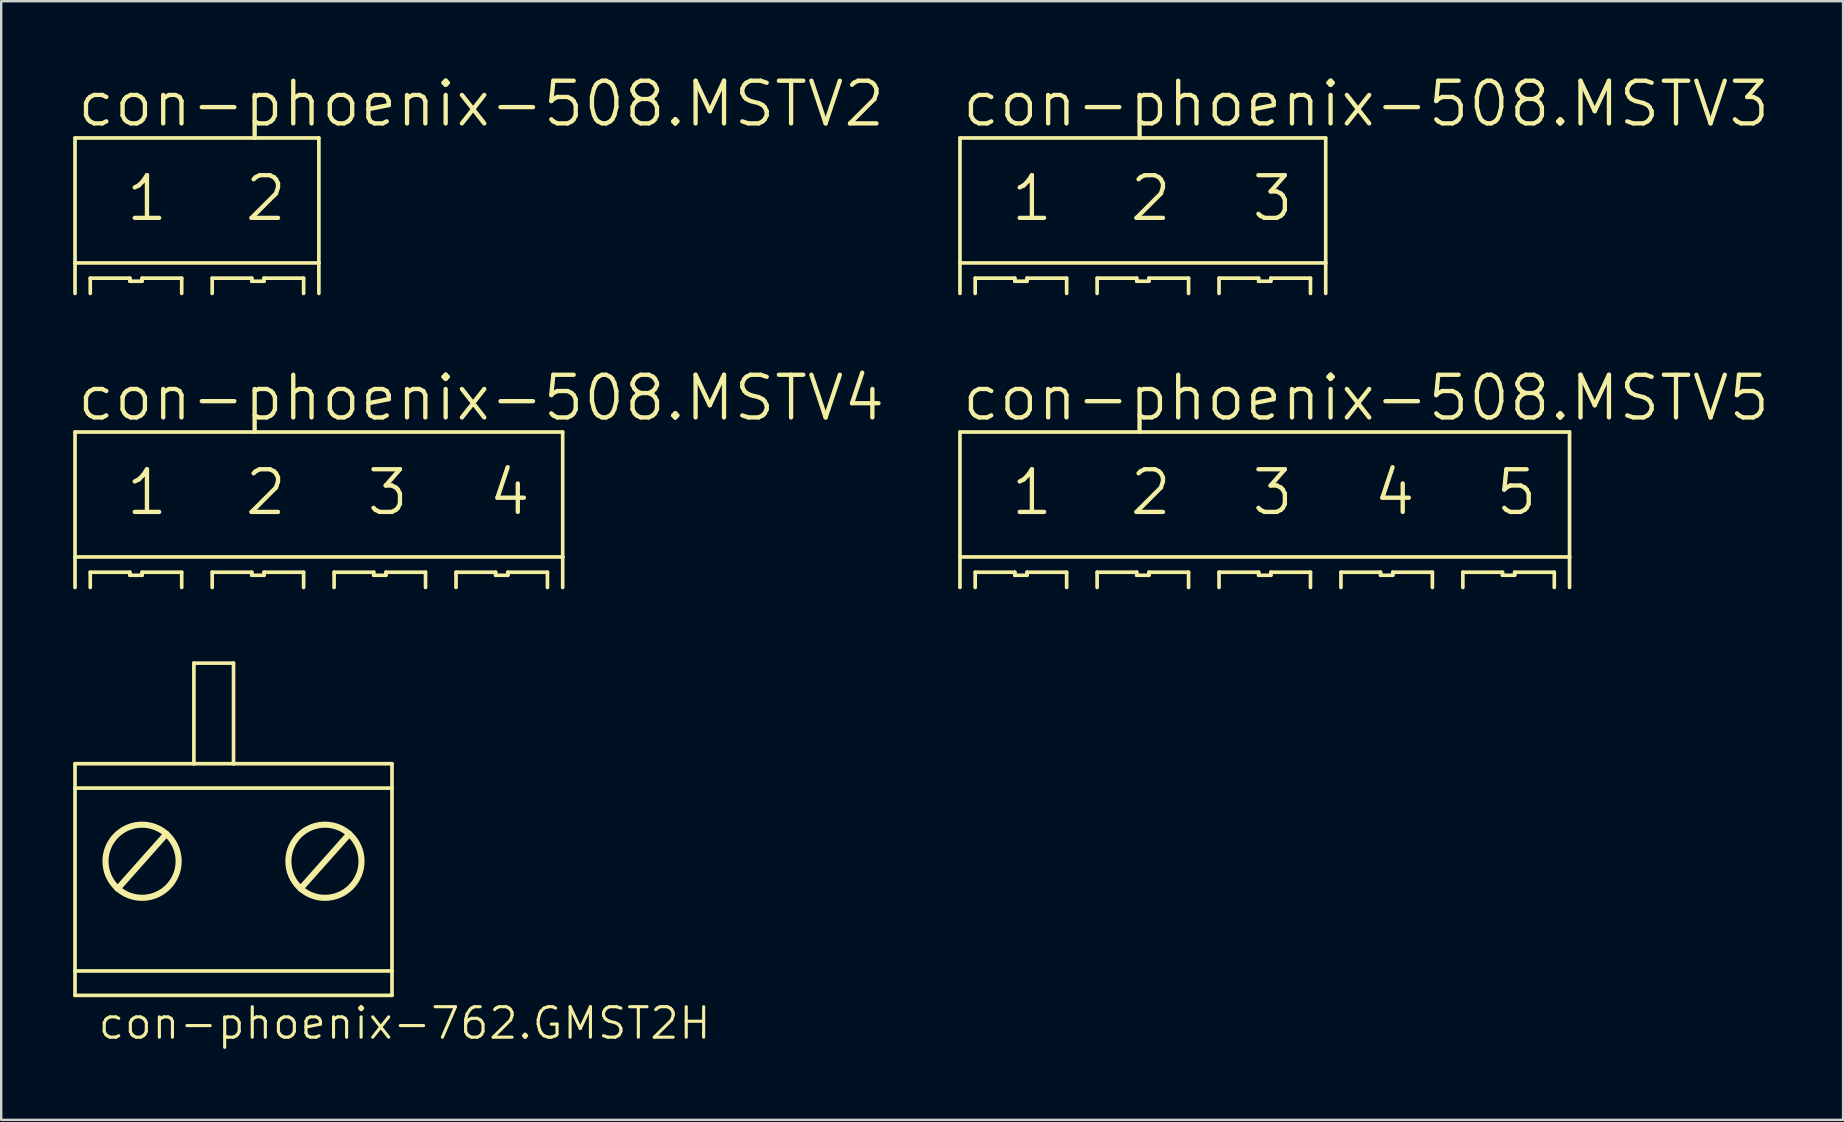
<source format=kicad_pcb>
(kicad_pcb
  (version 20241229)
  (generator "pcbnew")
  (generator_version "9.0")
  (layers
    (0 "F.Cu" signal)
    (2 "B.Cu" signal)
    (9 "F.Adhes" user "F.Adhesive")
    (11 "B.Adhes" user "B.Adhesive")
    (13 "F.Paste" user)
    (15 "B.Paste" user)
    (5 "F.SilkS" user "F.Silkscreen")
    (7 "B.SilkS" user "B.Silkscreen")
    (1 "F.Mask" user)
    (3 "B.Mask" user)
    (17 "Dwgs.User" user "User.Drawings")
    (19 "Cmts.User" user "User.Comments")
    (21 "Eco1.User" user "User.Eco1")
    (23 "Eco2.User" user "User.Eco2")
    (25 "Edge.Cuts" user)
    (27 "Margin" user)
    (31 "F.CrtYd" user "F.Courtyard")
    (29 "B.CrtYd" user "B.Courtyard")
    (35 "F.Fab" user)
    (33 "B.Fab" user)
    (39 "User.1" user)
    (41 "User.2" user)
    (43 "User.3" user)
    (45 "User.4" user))
  (footprint "con-phoenix-508.MSTV4"
    (layer "F.Cu")
    (at 10.236 18.507)
    (property "Reference" "con-phoenix-508.MSTV4" (at -10.16 -3.937 0) (layer "F.SilkS") (effects (font (size 1.778 1.778) (thickness 0.18)) (justify left bottom)))
    (fp_line (start -10.16 -3.556) (end 10.16 -3.556) (stroke (width 0.152) (type default)) (layer "F.SilkS"))
    (fp_line (start -10.16 1.651) (end -10.16 -3.556) (stroke (width 0.152) (type default)) (layer "F.SilkS"))
    (fp_line (start -10.16 1.651) (end 10.16 1.651) (stroke (width 0.152) (type default)) (layer "F.SilkS"))
    (fp_line (start -10.16 2.921) (end -10.16 1.651) (stroke (width 0.152) (type default)) (layer "F.SilkS"))
    (fp_line (start -9.525 2.286) (end -9.525 2.921) (stroke (width 0.152) (type default)) (layer "F.SilkS"))
    (fp_line (start -7.874 2.286) (end -9.525 2.286) (stroke (width 0.152) (type default)) (layer "F.SilkS"))
    (fp_line (start -7.874 2.413) (end -7.874 2.286) (stroke (width 0.152) (type default)) (layer "F.SilkS"))
    (fp_line (start -7.366 2.286) (end -7.366 2.413) (stroke (width 0.152) (type default)) (layer "F.SilkS"))
    (fp_line (start -7.366 2.413) (end -7.874 2.413) (stroke (width 0.152) (type default)) (layer "F.SilkS"))
    (fp_line (start -5.715 2.286) (end -7.366 2.286) (stroke (width 0.152) (type default)) (layer "F.SilkS"))
    (fp_line (start -5.715 2.921) (end -5.715 2.286) (stroke (width 0.152) (type default)) (layer "F.SilkS"))
    (fp_line (start -4.445 2.286) (end -4.445 2.921) (stroke (width 0.152) (type default)) (layer "F.SilkS"))
    (fp_line (start -2.794 2.286) (end -4.445 2.286) (stroke (width 0.152) (type default)) (layer "F.SilkS"))
    (fp_line (start -2.794 2.413) (end -2.794 2.286) (stroke (width 0.152) (type default)) (layer "F.SilkS"))
    (fp_line (start -2.286 2.286) (end -2.286 2.413) (stroke (width 0.152) (type default)) (layer "F.SilkS"))
    (fp_line (start -2.286 2.413) (end -2.794 2.413) (stroke (width 0.152) (type default)) (layer "F.SilkS"))
    (fp_line (start -0.635 2.286) (end -2.286 2.286) (stroke (width 0.152) (type default)) (layer "F.SilkS"))
    (fp_line (start -0.635 2.921) (end -0.635 2.286) (stroke (width 0.152) (type default)) (layer "F.SilkS"))
    (fp_line (start 0.635 2.286) (end 0.635 2.921) (stroke (width 0.152) (type default)) (layer "F.SilkS"))
    (fp_line (start 2.286 2.286) (end 0.635 2.286) (stroke (width 0.152) (type default)) (layer "F.SilkS"))
    (fp_line (start 2.286 2.413) (end 2.286 2.286) (stroke (width 0.152) (type default)) (layer "F.SilkS"))
    (fp_line (start 2.794 2.286) (end 2.794 2.413) (stroke (width 0.152) (type default)) (layer "F.SilkS"))
    (fp_line (start 2.794 2.413) (end 2.286 2.413) (stroke (width 0.152) (type default)) (layer "F.SilkS"))
    (fp_line (start 4.445 2.286) (end 2.794 2.286) (stroke (width 0.152) (type default)) (layer "F.SilkS"))
    (fp_line (start 4.445 2.921) (end 4.445 2.286) (stroke (width 0.152) (type default)) (layer "F.SilkS"))
    (fp_line (start 5.715 2.286) (end 5.715 2.921) (stroke (width 0.152) (type default)) (layer "F.SilkS"))
    (fp_line (start 7.366 2.286) (end 5.715 2.286) (stroke (width 0.152) (type default)) (layer "F.SilkS"))
    (fp_line (start 7.366 2.413) (end 7.366 2.286) (stroke (width 0.152) (type default)) (layer "F.SilkS"))
    (fp_line (start 7.874 2.286) (end 7.874 2.413) (stroke (width 0.152) (type default)) (layer "F.SilkS"))
    (fp_line (start 7.874 2.413) (end 7.366 2.413) (stroke (width 0.152) (type default)) (layer "F.SilkS"))
    (fp_line (start 9.525 2.286) (end 7.874 2.286) (stroke (width 0.152) (type default)) (layer "F.SilkS"))
    (fp_line (start 9.525 2.921) (end 9.525 2.286) (stroke (width 0.152) (type default)) (layer "F.SilkS"))
    (fp_line (start 10.16 -3.556) (end 10.16 1.651) (stroke (width 0.152) (type default)) (layer "F.SilkS"))
    (fp_line (start 10.16 1.651) (end 10.16 2.921) (stroke (width 0.152) (type default)) (layer "F.SilkS"))
    (fp_text user "2" (at -3.175 0 0) (layer "F.SilkS") (effects (font (size 1.778 1.778) (thickness 0.18)) (justify left bottom)))
    (fp_text user "3" (at 1.905 0 0) (layer "F.SilkS") (effects (font (size 1.778 1.778) (thickness 0.18)) (justify left bottom)))
    (fp_text user "4" (at 6.985 0 0) (layer "F.SilkS") (effects (font (size 1.778 1.778) (thickness 0.18)) (justify left bottom)))
    (fp_text user "1" (at -8.128 0 0) (layer "F.SilkS") (effects (font (size 1.778 1.778) (thickness 0.18)) (justify left bottom))))
  (footprint "con-phoenix-508.MSTV3"
    (layer "F.Cu")
    (at 44.569 6.255)
    (property "Reference" "con-phoenix-508.MSTV3" (at -7.62 -3.937 0) (layer "F.SilkS") (effects (font (size 1.778 1.778) (thickness 0.18)) (justify left bottom)))
    (fp_line (start -7.62 -3.556) (end 7.62 -3.556) (stroke (width 0.152) (type default)) (layer "F.SilkS"))
    (fp_line (start -7.62 1.651) (end -7.62 -3.556) (stroke (width 0.152) (type default)) (layer "F.SilkS"))
    (fp_line (start -7.62 1.651) (end 7.62 1.651) (stroke (width 0.152) (type default)) (layer "F.SilkS"))
    (fp_line (start -7.62 2.921) (end -7.62 1.651) (stroke (width 0.152) (type default)) (layer "F.SilkS"))
    (fp_line (start -6.985 2.286) (end -6.985 2.921) (stroke (width 0.152) (type default)) (layer "F.SilkS"))
    (fp_line (start -5.334 2.286) (end -6.985 2.286) (stroke (width 0.152) (type default)) (layer "F.SilkS"))
    (fp_line (start -5.334 2.413) (end -5.334 2.286) (stroke (width 0.152) (type default)) (layer "F.SilkS"))
    (fp_line (start -4.826 2.286) (end -4.826 2.413) (stroke (width 0.152) (type default)) (layer "F.SilkS"))
    (fp_line (start -4.826 2.413) (end -5.334 2.413) (stroke (width 0.152) (type default)) (layer "F.SilkS"))
    (fp_line (start -3.175 2.286) (end -4.826 2.286) (stroke (width 0.152) (type default)) (layer "F.SilkS"))
    (fp_line (start -3.175 2.921) (end -3.175 2.286) (stroke (width 0.152) (type default)) (layer "F.SilkS"))
    (fp_line (start -1.905 2.286) (end -1.905 2.921) (stroke (width 0.152) (type default)) (layer "F.SilkS"))
    (fp_line (start -0.254 2.286) (end -1.905 2.286) (stroke (width 0.152) (type default)) (layer "F.SilkS"))
    (fp_line (start -0.254 2.413) (end -0.254 2.286) (stroke (width 0.152) (type default)) (layer "F.SilkS"))
    (fp_line (start 0.254 2.286) (end 0.254 2.413) (stroke (width 0.152) (type default)) (layer "F.SilkS"))
    (fp_line (start 0.254 2.413) (end -0.254 2.413) (stroke (width 0.152) (type default)) (layer "F.SilkS"))
    (fp_line (start 1.905 2.286) (end 0.254 2.286) (stroke (width 0.152) (type default)) (layer "F.SilkS"))
    (fp_line (start 1.905 2.921) (end 1.905 2.286) (stroke (width 0.152) (type default)) (layer "F.SilkS"))
    (fp_line (start 3.175 2.286) (end 3.175 2.921) (stroke (width 0.152) (type default)) (layer "F.SilkS"))
    (fp_line (start 4.826 2.286) (end 3.175 2.286) (stroke (width 0.152) (type default)) (layer "F.SilkS"))
    (fp_line (start 4.826 2.413) (end 4.826 2.286) (stroke (width 0.152) (type default)) (layer "F.SilkS"))
    (fp_line (start 5.334 2.286) (end 5.334 2.413) (stroke (width 0.152) (type default)) (layer "F.SilkS"))
    (fp_line (start 5.334 2.413) (end 4.826 2.413) (stroke (width 0.152) (type default)) (layer "F.SilkS"))
    (fp_line (start 6.985 2.286) (end 5.334 2.286) (stroke (width 0.152) (type default)) (layer "F.SilkS"))
    (fp_line (start 6.985 2.921) (end 6.985 2.286) (stroke (width 0.152) (type default)) (layer "F.SilkS"))
    (fp_line (start 7.62 -3.556) (end 7.62 1.651) (stroke (width 0.152) (type default)) (layer "F.SilkS"))
    (fp_line (start 7.62 1.651) (end 7.62 2.921) (stroke (width 0.152) (type default)) (layer "F.SilkS"))
    (fp_text user "2" (at -0.635 0 0) (layer "F.SilkS") (effects (font (size 1.778 1.778) (thickness 0.18)) (justify left bottom)))
    (fp_text user "1" (at -5.588 0 0) (layer "F.SilkS") (effects (font (size 1.778 1.778) (thickness 0.18)) (justify left bottom)))
    (fp_text user "3" (at 4.445 0 0) (layer "F.SilkS") (effects (font (size 1.778 1.778) (thickness 0.18)) (justify left bottom))))
  (footprint "con-phoenix-508.MSTV2"
    (layer "F.Cu")
    (at 5.156 6.255)
    (property "Reference" "con-phoenix-508.MSTV2" (at -5.08 -3.937 0) (layer "F.SilkS") (effects (font (size 1.778 1.778) (thickness 0.18)) (justify left bottom)))
    (fp_line (start -5.08 -3.556) (end 5.08 -3.556) (stroke (width 0.152) (type default)) (layer "F.SilkS"))
    (fp_line (start -5.08 1.651) (end -5.08 -3.556) (stroke (width 0.152) (type default)) (layer "F.SilkS"))
    (fp_line (start -5.08 1.651) (end 5.08 1.651) (stroke (width 0.152) (type default)) (layer "F.SilkS"))
    (fp_line (start -5.08 2.921) (end -5.08 1.651) (stroke (width 0.152) (type default)) (layer "F.SilkS"))
    (fp_line (start -4.445 2.286) (end -4.445 2.921) (stroke (width 0.152) (type default)) (layer "F.SilkS"))
    (fp_line (start -2.794 2.286) (end -4.445 2.286) (stroke (width 0.152) (type default)) (layer "F.SilkS"))
    (fp_line (start -2.794 2.413) (end -2.794 2.286) (stroke (width 0.152) (type default)) (layer "F.SilkS"))
    (fp_line (start -2.286 2.286) (end -2.286 2.413) (stroke (width 0.152) (type default)) (layer "F.SilkS"))
    (fp_line (start -2.286 2.413) (end -2.794 2.413) (stroke (width 0.152) (type default)) (layer "F.SilkS"))
    (fp_line (start -0.635 2.286) (end -2.286 2.286) (stroke (width 0.152) (type default)) (layer "F.SilkS"))
    (fp_line (start -0.635 2.921) (end -0.635 2.286) (stroke (width 0.152) (type default)) (layer "F.SilkS"))
    (fp_line (start 0.635 2.286) (end 0.635 2.921) (stroke (width 0.152) (type default)) (layer "F.SilkS"))
    (fp_line (start 2.286 2.286) (end 0.635 2.286) (stroke (width 0.152) (type default)) (layer "F.SilkS"))
    (fp_line (start 2.286 2.413) (end 2.286 2.286) (stroke (width 0.152) (type default)) (layer "F.SilkS"))
    (fp_line (start 2.794 2.286) (end 2.794 2.413) (stroke (width 0.152) (type default)) (layer "F.SilkS"))
    (fp_line (start 2.794 2.413) (end 2.286 2.413) (stroke (width 0.152) (type default)) (layer "F.SilkS"))
    (fp_line (start 4.445 2.286) (end 2.794 2.286) (stroke (width 0.152) (type default)) (layer "F.SilkS"))
    (fp_line (start 4.445 2.921) (end 4.445 2.286) (stroke (width 0.152) (type default)) (layer "F.SilkS"))
    (fp_line (start 5.08 -3.556) (end 5.08 1.651) (stroke (width 0.152) (type default)) (layer "F.SilkS"))
    (fp_line (start 5.08 1.651) (end 5.08 2.921) (stroke (width 0.152) (type default)) (layer "F.SilkS"))
    (fp_text user "2" (at 1.905 0 0) (layer "F.SilkS") (effects (font (size 1.778 1.778) (thickness 0.18)) (justify left bottom)))
    (fp_text user "1" (at -3.048 0 0) (layer "F.SilkS") (effects (font (size 1.778 1.778) (thickness 0.18)) (justify left bottom))))
  (footprint "con-phoenix-508.MSTV5"
    (layer "F.Cu")
    (at 49.649 18.507)
    (property "Reference" "con-phoenix-508.MSTV5" (at -12.7 -3.937 0) (layer "F.SilkS") (effects (font (size 1.778 1.778) (thickness 0.18)) (justify left bottom)))
    (fp_line (start -12.7 -3.556) (end 12.7 -3.556) (stroke (width 0.152) (type default)) (layer "F.SilkS"))
    (fp_line (start -12.7 1.651) (end -12.7 -3.556) (stroke (width 0.152) (type default)) (layer "F.SilkS"))
    (fp_line (start -12.7 1.651) (end 12.7 1.651) (stroke (width 0.152) (type default)) (layer "F.SilkS"))
    (fp_line (start -12.7 2.921) (end -12.7 1.651) (stroke (width 0.152) (type default)) (layer "F.SilkS"))
    (fp_line (start -12.065 2.286) (end -12.065 2.921) (stroke (width 0.152) (type default)) (layer "F.SilkS"))
    (fp_line (start -10.414 2.286) (end -12.065 2.286) (stroke (width 0.152) (type default)) (layer "F.SilkS"))
    (fp_line (start -10.414 2.413) (end -10.414 2.286) (stroke (width 0.152) (type default)) (layer "F.SilkS"))
    (fp_line (start -9.906 2.286) (end -9.906 2.413) (stroke (width 0.152) (type default)) (layer "F.SilkS"))
    (fp_line (start -9.906 2.413) (end -10.414 2.413) (stroke (width 0.152) (type default)) (layer "F.SilkS"))
    (fp_line (start -8.255 2.286) (end -9.906 2.286) (stroke (width 0.152) (type default)) (layer "F.SilkS"))
    (fp_line (start -8.255 2.921) (end -8.255 2.286) (stroke (width 0.152) (type default)) (layer "F.SilkS"))
    (fp_line (start -6.985 2.286) (end -6.985 2.921) (stroke (width 0.152) (type default)) (layer "F.SilkS"))
    (fp_line (start -5.334 2.286) (end -6.985 2.286) (stroke (width 0.152) (type default)) (layer "F.SilkS"))
    (fp_line (start -5.334 2.413) (end -5.334 2.286) (stroke (width 0.152) (type default)) (layer "F.SilkS"))
    (fp_line (start -4.826 2.286) (end -4.826 2.413) (stroke (width 0.152) (type default)) (layer "F.SilkS"))
    (fp_line (start -4.826 2.413) (end -5.334 2.413) (stroke (width 0.152) (type default)) (layer "F.SilkS"))
    (fp_line (start -3.175 2.286) (end -4.826 2.286) (stroke (width 0.152) (type default)) (layer "F.SilkS"))
    (fp_line (start -3.175 2.921) (end -3.175 2.286) (stroke (width 0.152) (type default)) (layer "F.SilkS"))
    (fp_line (start -1.905 2.286) (end -1.905 2.921) (stroke (width 0.152) (type default)) (layer "F.SilkS"))
    (fp_line (start -0.254 2.286) (end -1.905 2.286) (stroke (width 0.152) (type default)) (layer "F.SilkS"))
    (fp_line (start -0.254 2.413) (end -0.254 2.286) (stroke (width 0.152) (type default)) (layer "F.SilkS"))
    (fp_line (start 0.254 2.286) (end 0.254 2.413) (stroke (width 0.152) (type default)) (layer "F.SilkS"))
    (fp_line (start 0.254 2.413) (end -0.254 2.413) (stroke (width 0.152) (type default)) (layer "F.SilkS"))
    (fp_line (start 1.905 2.286) (end 0.254 2.286) (stroke (width 0.152) (type default)) (layer "F.SilkS"))
    (fp_line (start 1.905 2.921) (end 1.905 2.286) (stroke (width 0.152) (type default)) (layer "F.SilkS"))
    (fp_line (start 3.175 2.286) (end 3.175 2.921) (stroke (width 0.152) (type default)) (layer "F.SilkS"))
    (fp_line (start 4.826 2.286) (end 3.175 2.286) (stroke (width 0.152) (type default)) (layer "F.SilkS"))
    (fp_line (start 4.826 2.413) (end 4.826 2.286) (stroke (width 0.152) (type default)) (layer "F.SilkS"))
    (fp_line (start 5.334 2.286) (end 5.334 2.413) (stroke (width 0.152) (type default)) (layer "F.SilkS"))
    (fp_line (start 5.334 2.413) (end 4.826 2.413) (stroke (width 0.152) (type default)) (layer "F.SilkS"))
    (fp_line (start 6.985 2.286) (end 5.334 2.286) (stroke (width 0.152) (type default)) (layer "F.SilkS"))
    (fp_line (start 6.985 2.921) (end 6.985 2.286) (stroke (width 0.152) (type default)) (layer "F.SilkS"))
    (fp_line (start 8.255 2.286) (end 8.255 2.921) (stroke (width 0.152) (type default)) (layer "F.SilkS"))
    (fp_line (start 9.906 2.286) (end 8.255 2.286) (stroke (width 0.152) (type default)) (layer "F.SilkS"))
    (fp_line (start 9.906 2.413) (end 9.906 2.286) (stroke (width 0.152) (type default)) (layer "F.SilkS"))
    (fp_line (start 10.414 2.286) (end 10.414 2.413) (stroke (width 0.152) (type default)) (layer "F.SilkS"))
    (fp_line (start 10.414 2.413) (end 9.906 2.413) (stroke (width 0.152) (type default)) (layer "F.SilkS"))
    (fp_line (start 12.065 2.286) (end 10.414 2.286) (stroke (width 0.152) (type default)) (layer "F.SilkS"))
    (fp_line (start 12.065 2.921) (end 12.065 2.286) (stroke (width 0.152) (type default)) (layer "F.SilkS"))
    (fp_line (start 12.7 -3.556) (end 12.7 1.651) (stroke (width 0.152) (type default)) (layer "F.SilkS"))
    (fp_line (start 12.7 1.651) (end 12.7 2.921) (stroke (width 0.152) (type default)) (layer "F.SilkS"))
    (fp_text user "5" (at 9.525 0 0) (layer "F.SilkS") (effects (font (size 1.778 1.778) (thickness 0.18)) (justify left bottom)))
    (fp_text user "3" (at -0.635 0 0) (layer "F.SilkS") (effects (font (size 1.778 1.778) (thickness 0.18)) (justify left bottom)))
    (fp_text user "2" (at -5.715 0 0) (layer "F.SilkS") (effects (font (size 1.778 1.778) (thickness 0.18)) (justify left bottom)))
    (fp_text user "4" (at 4.445 0 0) (layer "F.SilkS") (effects (font (size 1.778 1.778) (thickness 0.18)) (justify left bottom)))
    (fp_text user "1" (at -10.668 0 0) (layer "F.SilkS") (effects (font (size 1.778 1.778) (thickness 0.18)) (justify left bottom))))
  (footprint "con-phoenix-762.GMST2H"
    (layer "F.Cu")
    (at 6.68 31.439)
    (property "Reference" "con-phoenix-762.GMST2H" (at -5.715 8.89 0) (layer "F.SilkS") (effects (font (size 1.27 1.27) (thickness 0.13)) (justify left bottom)))
    (fp_line (start -6.604 -2.667) (end -6.604 -1.651) (stroke (width 0.152) (type default)) (layer "F.SilkS"))
    (fp_line (start -6.604 -2.667) (end -1.651 -2.667) (stroke (width 0.152) (type default)) (layer "F.SilkS"))
    (fp_line (start -6.604 -1.651) (end -6.604 5.969) (stroke (width 0.152) (type default)) (layer "F.SilkS"))
    (fp_line (start -6.604 -1.651) (end 6.604 -1.651) (stroke (width 0.152) (type default)) (layer "F.SilkS"))
    (fp_line (start -6.604 5.969) (end -6.604 6.985) (stroke (width 0.152) (type default)) (layer "F.SilkS"))
    (fp_line (start -6.604 5.969) (end 6.604 5.969) (stroke (width 0.152) (type default)) (layer "F.SilkS"))
    (fp_line (start -6.604 6.985) (end 6.604 6.985) (stroke (width 0.152) (type default)) (layer "F.SilkS"))
    (fp_line (start -4.826 2.54) (end -2.794 0.254) (stroke (width 0.254) (type default)) (layer "F.SilkS"))
    (fp_line (start -1.651 -6.858) (end -1.651 -2.667) (stroke (width 0.152) (type default)) (layer "F.SilkS"))
    (fp_line (start -1.651 -2.667) (end 0 -2.667) (stroke (width 0.152) (type default)) (layer "F.SilkS"))
    (fp_line (start 0 -6.858) (end -1.651 -6.858) (stroke (width 0.152) (type default)) (layer "F.SilkS"))
    (fp_line (start 0 -2.667) (end 0 -6.858) (stroke (width 0.152) (type default)) (layer "F.SilkS"))
    (fp_line (start 0 -2.667) (end 6.604 -2.667) (stroke (width 0.152) (type default)) (layer "F.SilkS"))
    (fp_line (start 2.794 2.54) (end 4.826 0.254) (stroke (width 0.254) (type default)) (layer "F.SilkS"))
    (fp_line (start 6.604 -2.667) (end 6.604 -1.651) (stroke (width 0.152) (type default)) (layer "F.SilkS"))
    (fp_line (start 6.604 -1.651) (end 6.604 5.969) (stroke (width 0.152) (type default)) (layer "F.SilkS"))
    (fp_line (start 6.604 5.969) (end 6.604 6.985) (stroke (width 0.152) (type default)) (layer "F.SilkS"))
    (fp_circle (center -3.81 1.397) (end -2.286 1.397) (stroke (width 0.254) (type default)) (fill no) (layer "F.SilkS"))
    (fp_circle (center 3.81 1.397) (end 5.334 1.397) (stroke (width 0.254) (type default)) (fill no) (layer "F.SilkS")))
  (gr_rect
    (start -3 -3)
    (end 73.747 43.611)
    (stroke (width 0.1) (type default))
    (fill no)
    (layer "Edge.Cuts")))
</source>
